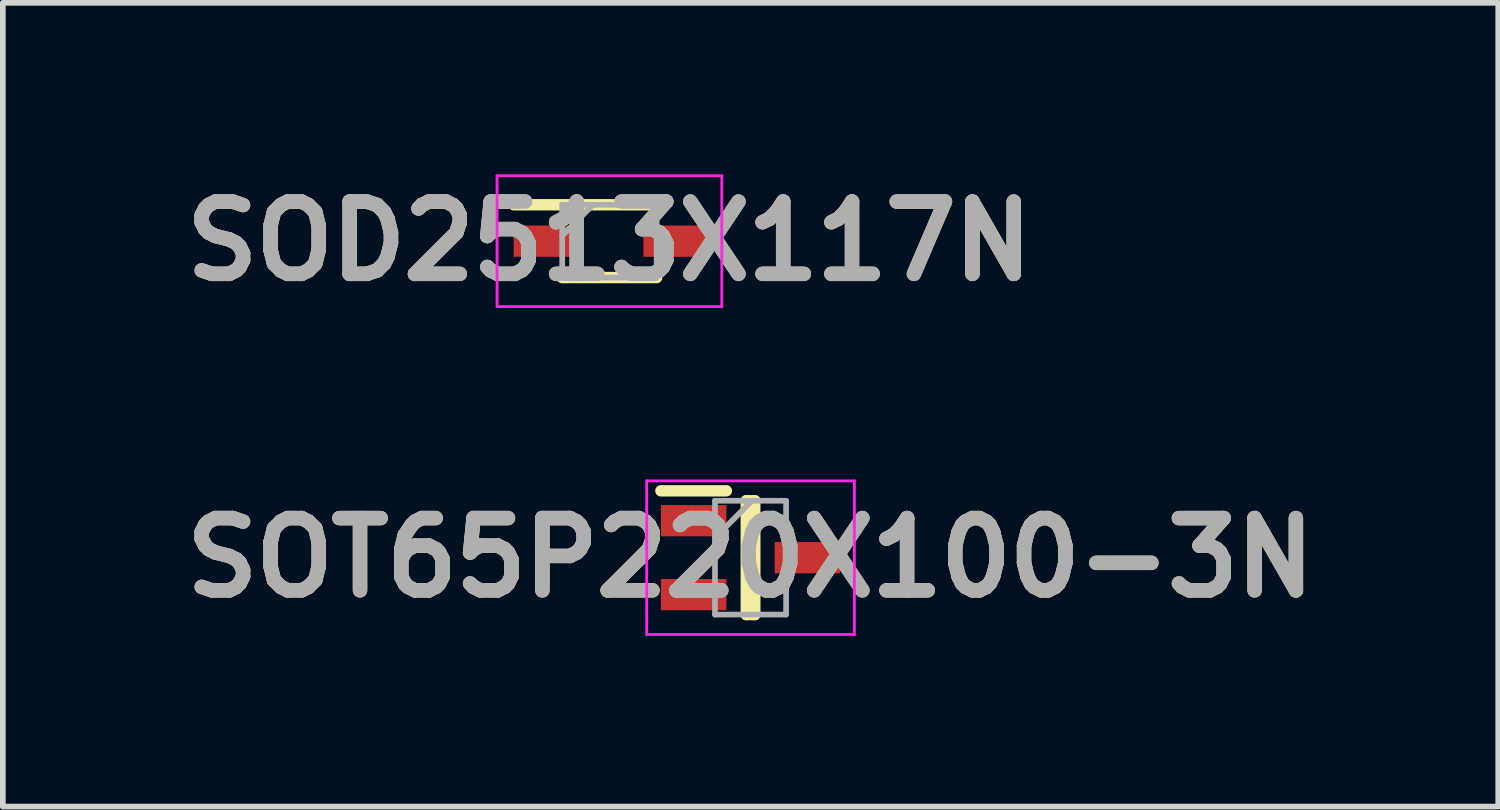
<source format=kicad_pcb>
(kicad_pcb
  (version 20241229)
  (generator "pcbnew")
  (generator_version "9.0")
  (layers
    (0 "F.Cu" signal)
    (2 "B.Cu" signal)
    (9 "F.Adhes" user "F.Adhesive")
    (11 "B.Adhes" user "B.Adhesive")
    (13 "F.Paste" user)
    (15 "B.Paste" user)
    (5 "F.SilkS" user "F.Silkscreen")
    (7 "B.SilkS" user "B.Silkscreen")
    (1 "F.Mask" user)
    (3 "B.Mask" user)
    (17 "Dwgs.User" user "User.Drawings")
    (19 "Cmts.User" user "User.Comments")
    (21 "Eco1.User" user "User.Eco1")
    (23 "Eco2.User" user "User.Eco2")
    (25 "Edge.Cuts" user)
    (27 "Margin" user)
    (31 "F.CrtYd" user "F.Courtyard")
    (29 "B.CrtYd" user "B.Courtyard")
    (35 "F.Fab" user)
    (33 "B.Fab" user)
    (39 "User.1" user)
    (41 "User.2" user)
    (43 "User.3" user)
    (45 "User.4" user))
  (footprint "SOT65P220X100-3N"
    (layer "F.Cu")
    (at 10.142 6.752)
    (property "Reference" "SOT65P220X100-3N" (at 0 0 0) (layer "F.SilkS") (effects (font (size 1.27 1.27) (thickness 0.254))))
    (attr smd)
    (fp_line (start -1.575 -1.175) (end -0.425 -1.175) (stroke (width 0.2) (type solid)) (layer "F.SilkS"))
    (fp_line (start -0.075 -1) (end 0.075 -1) (stroke (width 0.2) (type solid)) (layer "F.SilkS"))
    (fp_line (start -0.075 1) (end -0.075 -1) (stroke (width 0.2) (type solid)) (layer "F.SilkS"))
    (fp_line (start 0.075 -1) (end 0.075 1) (stroke (width 0.2) (type solid)) (layer "F.SilkS"))
    (fp_line (start 0.075 1) (end -0.075 1) (stroke (width 0.2) (type solid)) (layer "F.SilkS"))
    (fp_line (start -1.825 -1.35) (end 1.825 -1.35) (stroke (width 0.05) (type solid)) (layer "F.CrtYd"))
    (fp_line (start -1.825 1.35) (end -1.825 -1.35) (stroke (width 0.05) (type solid)) (layer "F.CrtYd"))
    (fp_line (start 1.825 -1.35) (end 1.825 1.35) (stroke (width 0.05) (type solid)) (layer "F.CrtYd"))
    (fp_line (start 1.825 1.35) (end -1.825 1.35) (stroke (width 0.05) (type solid)) (layer "F.CrtYd"))
    (fp_line (start -0.625 -1) (end 0.625 -1) (stroke (width 0.1) (type solid)) (layer "F.Fab"))
    (fp_line (start -0.625 -0.35) (end 0.025 -1) (stroke (width 0.1) (type solid)) (layer "F.Fab"))
    (fp_line (start -0.625 1) (end -0.625 -1) (stroke (width 0.1) (type solid)) (layer "F.Fab"))
    (fp_line (start 0.625 -1) (end 0.625 1) (stroke (width 0.1) (type solid)) (layer "F.Fab"))
    (fp_line (start 0.625 1) (end -0.625 1) (stroke (width 0.1) (type solid)) (layer "F.Fab"))
    (fp_text user "${REFERENCE}" (at 0 0 0) (layer "F.Fab") (effects (font (size 1.27 1.27) (thickness 0.254))))
    (pad "1" smd rect (at -1 -0.65 90) (size 0.55 1.15) (layers "F.Cu" "F.Mask" "F.Paste"))
    (pad "2" smd rect (at -1 0.65 90) (size 0.55 1.15) (layers "F.Cu" "F.Mask" "F.Paste"))
    (pad "3" smd rect (at 1 0 90) (size 0.55 1.15) (layers "F.Cu" "F.Mask" "F.Paste")))
  (footprint "SOD2513X117N"
    (layer "F.Cu")
    (at 7.662 1.189)
    (property "Reference" "SOD2513X117N" (at 0 0 0) (layer "F.SilkS") (effects (font (size 1.27 1.27) (thickness 0.254))))
    (attr smd)
    (fp_line (start -1.682 -0.64) (end 0.83 -0.64) (stroke (width 0.2) (type solid)) (layer "F.SilkS"))
    (fp_line (start -0.83 0.64) (end 0.83 0.64) (stroke (width 0.2) (type solid)) (layer "F.SilkS"))
    (fp_line (start -1.975 -1.15) (end 1.975 -1.15) (stroke (width 0.05) (type solid)) (layer "F.CrtYd"))
    (fp_line (start -1.975 1.15) (end -1.975 -1.15) (stroke (width 0.05) (type solid)) (layer "F.CrtYd"))
    (fp_line (start 1.975 -1.15) (end 1.975 1.15) (stroke (width 0.05) (type solid)) (layer "F.CrtYd"))
    (fp_line (start 1.975 1.15) (end -1.975 1.15) (stroke (width 0.05) (type solid)) (layer "F.CrtYd"))
    (fp_line (start -0.83 -0.64) (end 0.83 -0.64) (stroke (width 0.1) (type solid)) (layer "F.Fab"))
    (fp_line (start -0.83 -0.098) (end -0.288 -0.64) (stroke (width 0.1) (type solid)) (layer "F.Fab"))
    (fp_line (start -0.83 0.64) (end -0.83 -0.64) (stroke (width 0.1) (type solid)) (layer "F.Fab"))
    (fp_line (start 0.83 -0.64) (end 0.83 0.64) (stroke (width 0.1) (type solid)) (layer "F.Fab"))
    (fp_line (start 0.83 0.64) (end -0.83 0.64) (stroke (width 0.1) (type solid)) (layer "F.Fab"))
    (fp_text user "${REFERENCE}" (at 0 0 0) (layer "F.Fab") (effects (font (size 1.27 1.27) (thickness 0.254))))
    (pad "1" smd rect (at -1.14 0 90) (size 0.55 1.085) (layers "F.Cu" "F.Mask" "F.Paste"))
    (pad "2" smd rect (at 1.14 0 90) (size 0.55 1.085) (layers "F.Cu" "F.Mask" "F.Paste")))
  (gr_rect
    (start -3 -3)
    (end 23.284 11.127)
    (stroke (width 0.1) (type default))
    (fill no)
    (layer "Edge.Cuts")))
</source>
